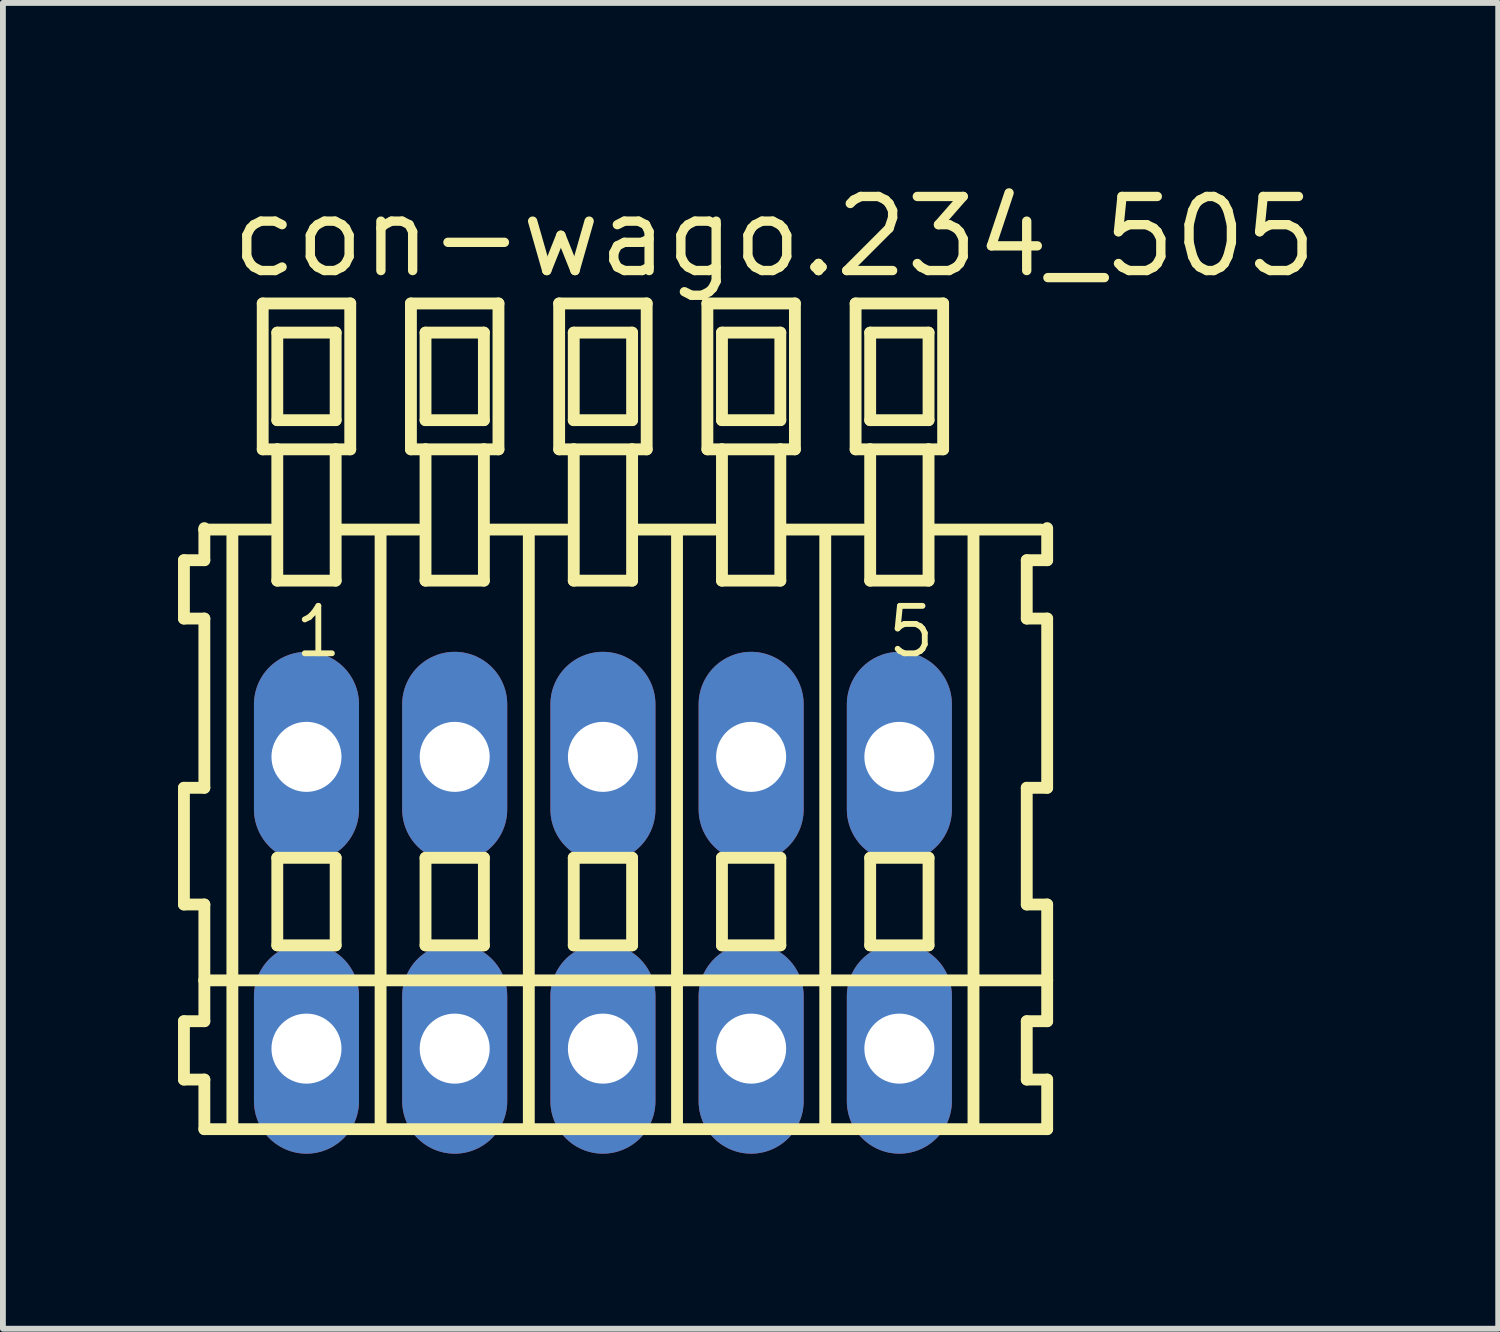
<source format=kicad_pcb>
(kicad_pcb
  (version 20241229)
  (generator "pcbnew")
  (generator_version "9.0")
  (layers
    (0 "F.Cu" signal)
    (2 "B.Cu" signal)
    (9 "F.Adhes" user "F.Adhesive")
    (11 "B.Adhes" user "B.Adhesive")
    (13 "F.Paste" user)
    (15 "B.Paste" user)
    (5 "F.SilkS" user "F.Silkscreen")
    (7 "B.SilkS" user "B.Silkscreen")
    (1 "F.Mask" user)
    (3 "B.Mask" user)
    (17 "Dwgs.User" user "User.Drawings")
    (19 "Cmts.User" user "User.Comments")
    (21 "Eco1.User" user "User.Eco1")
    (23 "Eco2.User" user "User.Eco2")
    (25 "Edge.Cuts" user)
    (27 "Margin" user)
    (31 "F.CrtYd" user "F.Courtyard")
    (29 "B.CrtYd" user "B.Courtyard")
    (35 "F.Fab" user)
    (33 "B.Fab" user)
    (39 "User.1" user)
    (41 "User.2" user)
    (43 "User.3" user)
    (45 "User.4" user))
  (footprint "con-wago.234_505"
    (layer "F.Cu")
    (at 7.282 12.42)
    (property "Reference" "con-wago.234_505" (at -6.45 -10.67 0) (layer "F.SilkS") (effects (font (size 1.27 1.27) (thickness 0.16)) (justify left bottom)))
    (attr through_hole)
    (fp_line (start -7.18 -5.87) (end -7.18 -4.87) (stroke (width 0.203) (type default)) (layer "F.SilkS"))
    (fp_line (start -7.18 -4.87) (end -6.83 -4.87) (stroke (width 0.203) (type default)) (layer "F.SilkS"))
    (fp_line (start -7.18 -1.97) (end -7.18 0.03) (stroke (width 0.203) (type default)) (layer "F.SilkS"))
    (fp_line (start -7.18 0.03) (end -6.83 0.03) (stroke (width 0.203) (type default)) (layer "F.SilkS"))
    (fp_line (start -7.18 2.03) (end -7.18 3.03) (stroke (width 0.203) (type default)) (layer "F.SilkS"))
    (fp_line (start -7.18 3.03) (end -6.83 3.03) (stroke (width 0.203) (type default)) (layer "F.SilkS"))
    (fp_line (start -6.83 -6.42) (end -6.83 -6.395) (stroke (width 0.203) (type default)) (layer "F.SilkS"))
    (fp_line (start -6.83 -6.395) (end -6.83 -5.87) (stroke (width 0.203) (type default)) (layer "F.SilkS"))
    (fp_line (start -6.83 -6.395) (end -5.705 -6.395) (stroke (width 0.203) (type default)) (layer "F.SilkS"))
    (fp_line (start -6.83 -5.87) (end -7.18 -5.87) (stroke (width 0.203) (type default)) (layer "F.SilkS"))
    (fp_line (start -6.83 -4.87) (end -6.83 -1.97) (stroke (width 0.203) (type default)) (layer "F.SilkS"))
    (fp_line (start -6.83 -1.97) (end -7.18 -1.97) (stroke (width 0.203) (type default)) (layer "F.SilkS"))
    (fp_line (start -6.83 0.03) (end -6.83 1.33) (stroke (width 0.203) (type default)) (layer "F.SilkS"))
    (fp_line (start -6.83 1.33) (end -6.83 2.03) (stroke (width 0.203) (type default)) (layer "F.SilkS"))
    (fp_line (start -6.83 1.33) (end 7.613 1.33) (stroke (width 0.203) (type default)) (layer "F.SilkS"))
    (fp_line (start -6.83 2.03) (end -7.18 2.03) (stroke (width 0.203) (type default)) (layer "F.SilkS"))
    (fp_line (start -6.83 3.03) (end -6.83 3.88) (stroke (width 0.203) (type default)) (layer "F.SilkS"))
    (fp_line (start -6.83 3.88) (end 7.613 3.88) (stroke (width 0.203) (type default)) (layer "F.SilkS"))
    (fp_line (start -6.35 3.83) (end -6.35 -6.33) (stroke (width 0.203) (type default)) (layer "F.SilkS"))
    (fp_line (start -5.83 -10.27) (end -5.83 -7.77) (stroke (width 0.203) (type default)) (layer "F.SilkS"))
    (fp_line (start -5.83 -7.77) (end -5.58 -7.77) (stroke (width 0.203) (type default)) (layer "F.SilkS"))
    (fp_line (start -5.58 -9.77) (end -5.58 -8.27) (stroke (width 0.203) (type default)) (layer "F.SilkS"))
    (fp_line (start -5.58 -8.27) (end -4.58 -8.27) (stroke (width 0.203) (type default)) (layer "F.SilkS"))
    (fp_line (start -5.58 -7.77) (end -5.58 -5.52) (stroke (width 0.203) (type default)) (layer "F.SilkS"))
    (fp_line (start -5.58 -7.77) (end -4.58 -7.77) (stroke (width 0.203) (type default)) (layer "F.SilkS"))
    (fp_line (start -5.58 -5.52) (end -4.58 -5.52) (stroke (width 0.203) (type default)) (layer "F.SilkS"))
    (fp_line (start -5.58 -0.77) (end -5.58 0.73) (stroke (width 0.203) (type default)) (layer "F.SilkS"))
    (fp_line (start -5.58 0.73) (end -4.58 0.73) (stroke (width 0.203) (type default)) (layer "F.SilkS"))
    (fp_line (start -4.58 -9.77) (end -5.58 -9.77) (stroke (width 0.203) (type default)) (layer "F.SilkS"))
    (fp_line (start -4.58 -8.27) (end -4.58 -9.77) (stroke (width 0.203) (type default)) (layer "F.SilkS"))
    (fp_line (start -4.58 -7.77) (end -4.33 -7.77) (stroke (width 0.203) (type default)) (layer "F.SilkS"))
    (fp_line (start -4.58 -5.52) (end -4.58 -7.77) (stroke (width 0.203) (type default)) (layer "F.SilkS"))
    (fp_line (start -4.58 -0.77) (end -5.58 -0.77) (stroke (width 0.203) (type default)) (layer "F.SilkS"))
    (fp_line (start -4.58 0.73) (end -4.58 -0.77) (stroke (width 0.203) (type default)) (layer "F.SilkS"))
    (fp_line (start -4.544 -6.395) (end -3.165 -6.395) (stroke (width 0.203) (type default)) (layer "F.SilkS"))
    (fp_line (start -4.33 -10.27) (end -5.83 -10.27) (stroke (width 0.203) (type default)) (layer "F.SilkS"))
    (fp_line (start -4.33 -7.77) (end -4.33 -10.27) (stroke (width 0.203) (type default)) (layer "F.SilkS"))
    (fp_line (start -3.81 3.83) (end -3.81 -6.33) (stroke (width 0.203) (type default)) (layer "F.SilkS"))
    (fp_line (start -3.29 -10.27) (end -3.29 -7.77) (stroke (width 0.203) (type default)) (layer "F.SilkS"))
    (fp_line (start -3.29 -7.77) (end -3.04 -7.77) (stroke (width 0.203) (type default)) (layer "F.SilkS"))
    (fp_line (start -3.04 -9.77) (end -3.04 -8.27) (stroke (width 0.203) (type default)) (layer "F.SilkS"))
    (fp_line (start -3.04 -8.27) (end -2.04 -8.27) (stroke (width 0.203) (type default)) (layer "F.SilkS"))
    (fp_line (start -3.04 -7.77) (end -3.04 -5.52) (stroke (width 0.203) (type default)) (layer "F.SilkS"))
    (fp_line (start -3.04 -7.77) (end -2.04 -7.77) (stroke (width 0.203) (type default)) (layer "F.SilkS"))
    (fp_line (start -3.04 -5.52) (end -2.04 -5.52) (stroke (width 0.203) (type default)) (layer "F.SilkS"))
    (fp_line (start -3.04 -0.77) (end -3.04 0.73) (stroke (width 0.203) (type default)) (layer "F.SilkS"))
    (fp_line (start -3.04 0.73) (end -2.04 0.73) (stroke (width 0.203) (type default)) (layer "F.SilkS"))
    (fp_line (start -2.04 -9.77) (end -3.04 -9.77) (stroke (width 0.203) (type default)) (layer "F.SilkS"))
    (fp_line (start -2.04 -8.27) (end -2.04 -9.77) (stroke (width 0.203) (type default)) (layer "F.SilkS"))
    (fp_line (start -2.04 -7.77) (end -1.79 -7.77) (stroke (width 0.203) (type default)) (layer "F.SilkS"))
    (fp_line (start -2.04 -5.52) (end -2.04 -7.77) (stroke (width 0.203) (type default)) (layer "F.SilkS"))
    (fp_line (start -2.04 -0.77) (end -3.04 -0.77) (stroke (width 0.203) (type default)) (layer "F.SilkS"))
    (fp_line (start -2.04 0.73) (end -2.04 -0.77) (stroke (width 0.203) (type default)) (layer "F.SilkS"))
    (fp_line (start -2.004 -6.395) (end -0.625 -6.395) (stroke (width 0.203) (type default)) (layer "F.SilkS"))
    (fp_line (start -1.79 -10.27) (end -3.29 -10.27) (stroke (width 0.203) (type default)) (layer "F.SilkS"))
    (fp_line (start -1.79 -7.77) (end -1.79 -10.27) (stroke (width 0.203) (type default)) (layer "F.SilkS"))
    (fp_line (start -1.27 3.83) (end -1.27 -6.33) (stroke (width 0.203) (type default)) (layer "F.SilkS"))
    (fp_line (start -0.75 -10.27) (end -0.75 -7.77) (stroke (width 0.203) (type default)) (layer "F.SilkS"))
    (fp_line (start -0.75 -7.77) (end -0.5 -7.77) (stroke (width 0.203) (type default)) (layer "F.SilkS"))
    (fp_line (start -0.5 -9.77) (end -0.5 -8.27) (stroke (width 0.203) (type default)) (layer "F.SilkS"))
    (fp_line (start -0.5 -8.27) (end 0.5 -8.27) (stroke (width 0.203) (type default)) (layer "F.SilkS"))
    (fp_line (start -0.5 -7.77) (end -0.5 -5.52) (stroke (width 0.203) (type default)) (layer "F.SilkS"))
    (fp_line (start -0.5 -7.77) (end 0.5 -7.77) (stroke (width 0.203) (type default)) (layer "F.SilkS"))
    (fp_line (start -0.5 -5.52) (end 0.5 -5.52) (stroke (width 0.203) (type default)) (layer "F.SilkS"))
    (fp_line (start -0.5 -0.77) (end -0.5 0.73) (stroke (width 0.203) (type default)) (layer "F.SilkS"))
    (fp_line (start -0.5 0.73) (end 0.5 0.73) (stroke (width 0.203) (type default)) (layer "F.SilkS"))
    (fp_line (start 0.5 -9.77) (end -0.5 -9.77) (stroke (width 0.203) (type default)) (layer "F.SilkS"))
    (fp_line (start 0.5 -8.27) (end 0.5 -9.77) (stroke (width 0.203) (type default)) (layer "F.SilkS"))
    (fp_line (start 0.5 -7.77) (end 0.75 -7.77) (stroke (width 0.203) (type default)) (layer "F.SilkS"))
    (fp_line (start 0.5 -5.52) (end 0.5 -7.77) (stroke (width 0.203) (type default)) (layer "F.SilkS"))
    (fp_line (start 0.5 -0.77) (end -0.5 -0.77) (stroke (width 0.203) (type default)) (layer "F.SilkS"))
    (fp_line (start 0.5 0.73) (end 0.5 -0.77) (stroke (width 0.203) (type default)) (layer "F.SilkS"))
    (fp_line (start 0.536 -6.395) (end 1.915 -6.395) (stroke (width 0.203) (type default)) (layer "F.SilkS"))
    (fp_line (start 0.75 -10.27) (end -0.75 -10.27) (stroke (width 0.203) (type default)) (layer "F.SilkS"))
    (fp_line (start 0.75 -7.77) (end 0.75 -10.27) (stroke (width 0.203) (type default)) (layer "F.SilkS"))
    (fp_line (start 1.27 3.83) (end 1.27 -6.33) (stroke (width 0.203) (type default)) (layer "F.SilkS"))
    (fp_line (start 1.79 -10.27) (end 1.79 -7.77) (stroke (width 0.203) (type default)) (layer "F.SilkS"))
    (fp_line (start 1.79 -7.77) (end 2.04 -7.77) (stroke (width 0.203) (type default)) (layer "F.SilkS"))
    (fp_line (start 2.04 -9.77) (end 2.04 -8.27) (stroke (width 0.203) (type default)) (layer "F.SilkS"))
    (fp_line (start 2.04 -8.27) (end 3.04 -8.27) (stroke (width 0.203) (type default)) (layer "F.SilkS"))
    (fp_line (start 2.04 -7.77) (end 2.04 -5.52) (stroke (width 0.203) (type default)) (layer "F.SilkS"))
    (fp_line (start 2.04 -7.77) (end 3.04 -7.77) (stroke (width 0.203) (type default)) (layer "F.SilkS"))
    (fp_line (start 2.04 -5.52) (end 3.04 -5.52) (stroke (width 0.203) (type default)) (layer "F.SilkS"))
    (fp_line (start 2.04 -0.77) (end 2.04 0.73) (stroke (width 0.203) (type default)) (layer "F.SilkS"))
    (fp_line (start 2.04 0.73) (end 3.04 0.73) (stroke (width 0.203) (type default)) (layer "F.SilkS"))
    (fp_line (start 3.04 -9.77) (end 2.04 -9.77) (stroke (width 0.203) (type default)) (layer "F.SilkS"))
    (fp_line (start 3.04 -8.27) (end 3.04 -9.77) (stroke (width 0.203) (type default)) (layer "F.SilkS"))
    (fp_line (start 3.04 -7.77) (end 3.29 -7.77) (stroke (width 0.203) (type default)) (layer "F.SilkS"))
    (fp_line (start 3.04 -5.52) (end 3.04 -7.77) (stroke (width 0.203) (type default)) (layer "F.SilkS"))
    (fp_line (start 3.04 -0.77) (end 2.04 -0.77) (stroke (width 0.203) (type default)) (layer "F.SilkS"))
    (fp_line (start 3.04 0.73) (end 3.04 -0.77) (stroke (width 0.203) (type default)) (layer "F.SilkS"))
    (fp_line (start 3.076 -6.395) (end 4.455 -6.395) (stroke (width 0.203) (type default)) (layer "F.SilkS"))
    (fp_line (start 3.29 -10.27) (end 1.79 -10.27) (stroke (width 0.203) (type default)) (layer "F.SilkS"))
    (fp_line (start 3.29 -7.77) (end 3.29 -10.27) (stroke (width 0.203) (type default)) (layer "F.SilkS"))
    (fp_line (start 3.81 3.83) (end 3.81 -6.33) (stroke (width 0.203) (type default)) (layer "F.SilkS"))
    (fp_line (start 4.33 -10.27) (end 4.33 -7.77) (stroke (width 0.203) (type default)) (layer "F.SilkS"))
    (fp_line (start 4.33 -7.77) (end 4.58 -7.77) (stroke (width 0.203) (type default)) (layer "F.SilkS"))
    (fp_line (start 4.58 -9.77) (end 4.58 -8.27) (stroke (width 0.203) (type default)) (layer "F.SilkS"))
    (fp_line (start 4.58 -8.27) (end 5.58 -8.27) (stroke (width 0.203) (type default)) (layer "F.SilkS"))
    (fp_line (start 4.58 -7.77) (end 4.58 -5.52) (stroke (width 0.203) (type default)) (layer "F.SilkS"))
    (fp_line (start 4.58 -7.77) (end 5.58 -7.77) (stroke (width 0.203) (type default)) (layer "F.SilkS"))
    (fp_line (start 4.58 -5.52) (end 5.58 -5.52) (stroke (width 0.203) (type default)) (layer "F.SilkS"))
    (fp_line (start 4.58 -0.77) (end 4.58 0.73) (stroke (width 0.203) (type default)) (layer "F.SilkS"))
    (fp_line (start 4.58 0.73) (end 5.58 0.73) (stroke (width 0.203) (type default)) (layer "F.SilkS"))
    (fp_line (start 5.58 -9.77) (end 4.58 -9.77) (stroke (width 0.203) (type default)) (layer "F.SilkS"))
    (fp_line (start 5.58 -8.27) (end 5.58 -9.77) (stroke (width 0.203) (type default)) (layer "F.SilkS"))
    (fp_line (start 5.58 -7.77) (end 5.83 -7.77) (stroke (width 0.203) (type default)) (layer "F.SilkS"))
    (fp_line (start 5.58 -5.52) (end 5.58 -7.77) (stroke (width 0.203) (type default)) (layer "F.SilkS"))
    (fp_line (start 5.58 -0.77) (end 4.58 -0.77) (stroke (width 0.203) (type default)) (layer "F.SilkS"))
    (fp_line (start 5.58 0.73) (end 5.58 -0.77) (stroke (width 0.203) (type default)) (layer "F.SilkS"))
    (fp_line (start 5.616 -6.395) (end 7.503 -6.395) (stroke (width 0.203) (type default)) (layer "F.SilkS"))
    (fp_line (start 5.83 -10.27) (end 4.33 -10.27) (stroke (width 0.203) (type default)) (layer "F.SilkS"))
    (fp_line (start 5.83 -7.77) (end 5.83 -10.27) (stroke (width 0.203) (type default)) (layer "F.SilkS"))
    (fp_line (start 6.35 3.83) (end 6.35 -6.33) (stroke (width 0.203) (type default)) (layer "F.SilkS"))
    (fp_line (start 7.263 -5.87) (end 7.263 -4.87) (stroke (width 0.203) (type default)) (layer "F.SilkS"))
    (fp_line (start 7.263 -4.87) (end 7.613 -4.87) (stroke (width 0.203) (type default)) (layer "F.SilkS"))
    (fp_line (start 7.263 -1.97) (end 7.263 0.03) (stroke (width 0.203) (type default)) (layer "F.SilkS"))
    (fp_line (start 7.263 0.03) (end 7.613 0.03) (stroke (width 0.203) (type default)) (layer "F.SilkS"))
    (fp_line (start 7.263 2.03) (end 7.263 3.03) (stroke (width 0.203) (type default)) (layer "F.SilkS"))
    (fp_line (start 7.263 3.03) (end 7.613 3.03) (stroke (width 0.203) (type default)) (layer "F.SilkS"))
    (fp_line (start 7.613 -5.87) (end 7.263 -5.87) (stroke (width 0.203) (type default)) (layer "F.SilkS"))
    (fp_line (start 7.613 -5.87) (end 7.613 -6.42) (stroke (width 0.203) (type default)) (layer "F.SilkS"))
    (fp_line (start 7.613 -1.97) (end 7.263 -1.97) (stroke (width 0.203) (type default)) (layer "F.SilkS"))
    (fp_line (start 7.613 -1.97) (end 7.613 -4.87) (stroke (width 0.203) (type default)) (layer "F.SilkS"))
    (fp_line (start 7.613 1.33) (end 7.613 0.03) (stroke (width 0.203) (type default)) (layer "F.SilkS"))
    (fp_line (start 7.613 2.03) (end 7.263 2.03) (stroke (width 0.203) (type default)) (layer "F.SilkS"))
    (fp_line (start 7.613 2.03) (end 7.613 1.33) (stroke (width 0.203) (type default)) (layer "F.SilkS"))
    (fp_line (start 7.613 3.88) (end 7.613 3.03) (stroke (width 0.203) (type default)) (layer "F.SilkS"))
    (fp_text user "5" (at 4.83 -4.17 0) (layer "F.SilkS") (effects (font (size 0.813 0.813) (thickness 0.1)) (justify left bottom)))
    (fp_text user "1" (at -5.33 -4.17 0) (layer "F.SilkS") (effects (font (size 0.813 0.813) (thickness 0.1)) (justify left bottom)))
    (pad "A1" thru_hole oval (at -5.08 -2.5 90) (size 3.6 1.8) (drill 1.2) (layers "*.Cu" "*.Mask"))
    (pad "A2" thru_hole oval (at -2.54 -2.5 90) (size 3.6 1.8) (drill 1.2) (layers "*.Cu" "*.Mask"))
    (pad "A3" thru_hole oval (at 0 -2.5 90) (size 3.6 1.8) (drill 1.2) (layers "*.Cu" "*.Mask"))
    (pad "A4" thru_hole oval (at 2.54 -2.5 90) (size 3.6 1.8) (drill 1.2) (layers "*.Cu" "*.Mask"))
    (pad "A5" thru_hole oval (at 5.08 -2.5 90) (size 3.6 1.8) (drill 1.2) (layers "*.Cu" "*.Mask"))
    (pad "B1" thru_hole oval (at -5.08 2.5 90) (size 3.6 1.8) (drill 1.2) (layers "*.Cu" "*.Mask"))
    (pad "B2" thru_hole oval (at -2.54 2.5 90) (size 3.6 1.8) (drill 1.2) (layers "*.Cu" "*.Mask"))
    (pad "B3" thru_hole oval (at 0 2.5 90) (size 3.6 1.8) (drill 1.2) (layers "*.Cu" "*.Mask"))
    (pad "B4" thru_hole oval (at 2.54 2.5 90) (size 3.6 1.8) (drill 1.2) (layers "*.Cu" "*.Mask"))
    (pad "B5" thru_hole oval (at 5.08 2.5 90) (size 3.6 1.8) (drill 1.2) (layers "*.Cu" "*.Mask")))
  (gr_rect
    (start -3 -3)
    (end 22.624 19.72)
    (stroke (width 0.1) (type default))
    (fill no)
    (layer "Edge.Cuts")))
</source>
